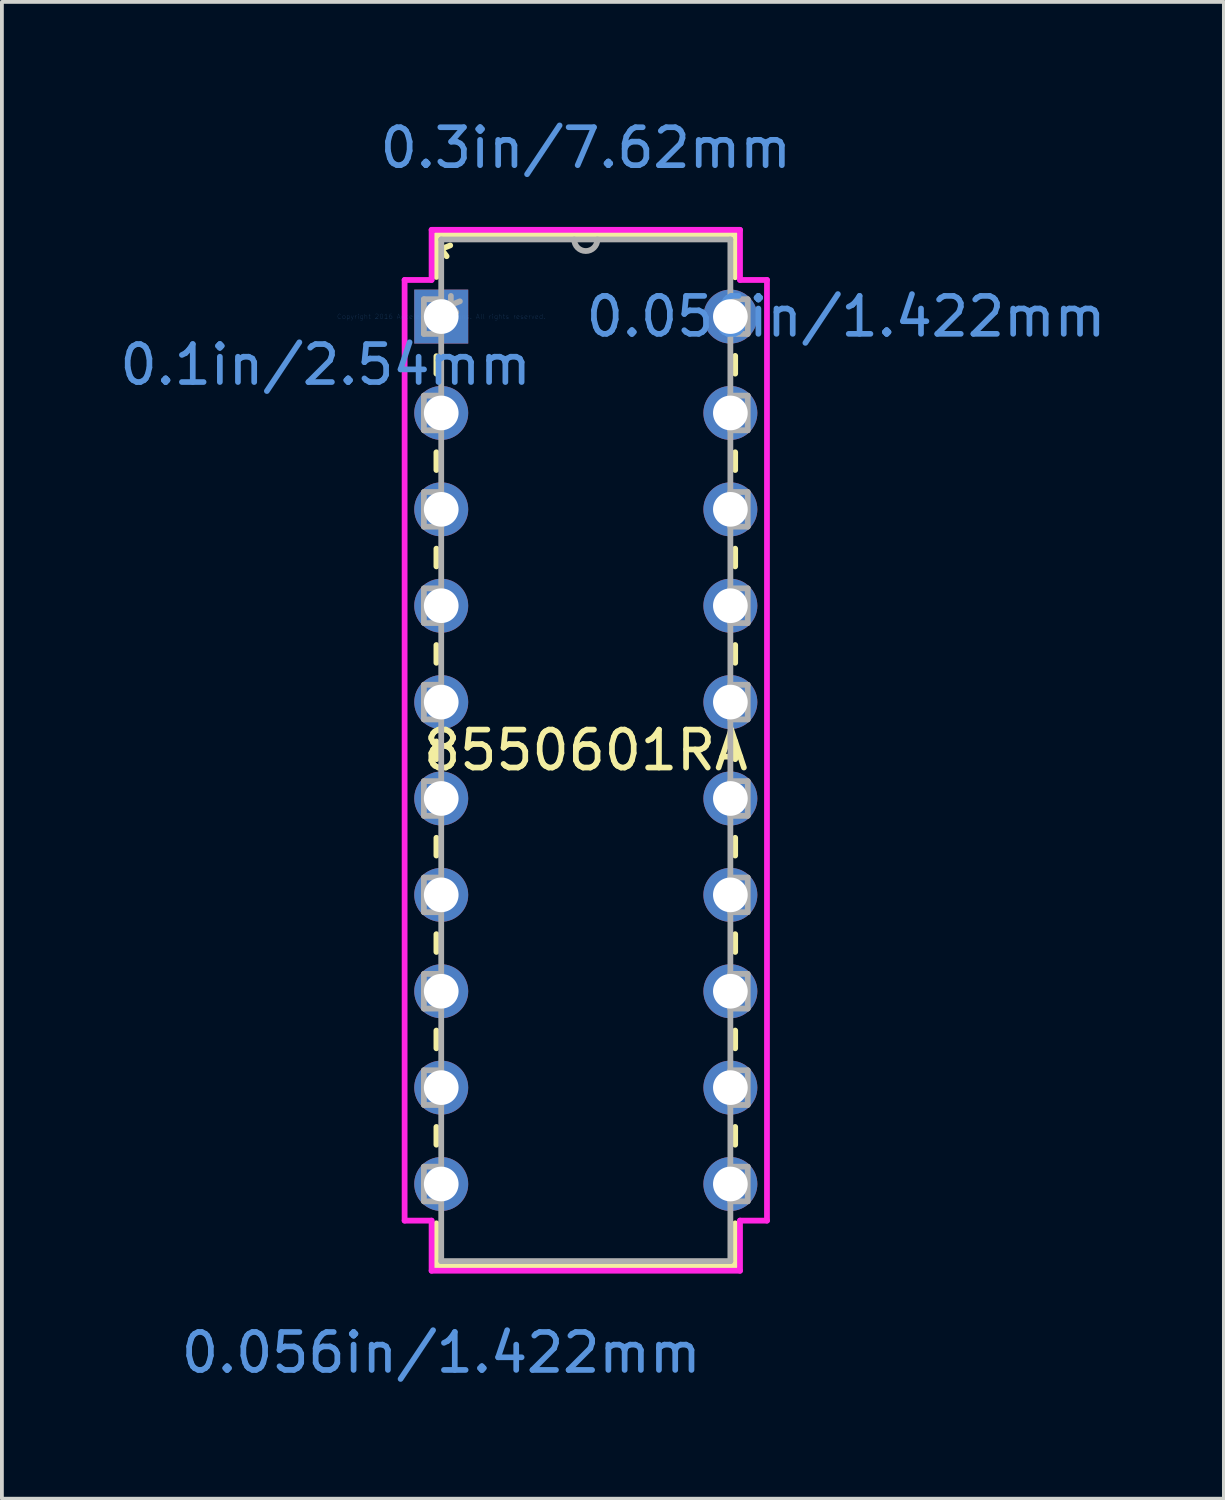
<source format=kicad_pcb>
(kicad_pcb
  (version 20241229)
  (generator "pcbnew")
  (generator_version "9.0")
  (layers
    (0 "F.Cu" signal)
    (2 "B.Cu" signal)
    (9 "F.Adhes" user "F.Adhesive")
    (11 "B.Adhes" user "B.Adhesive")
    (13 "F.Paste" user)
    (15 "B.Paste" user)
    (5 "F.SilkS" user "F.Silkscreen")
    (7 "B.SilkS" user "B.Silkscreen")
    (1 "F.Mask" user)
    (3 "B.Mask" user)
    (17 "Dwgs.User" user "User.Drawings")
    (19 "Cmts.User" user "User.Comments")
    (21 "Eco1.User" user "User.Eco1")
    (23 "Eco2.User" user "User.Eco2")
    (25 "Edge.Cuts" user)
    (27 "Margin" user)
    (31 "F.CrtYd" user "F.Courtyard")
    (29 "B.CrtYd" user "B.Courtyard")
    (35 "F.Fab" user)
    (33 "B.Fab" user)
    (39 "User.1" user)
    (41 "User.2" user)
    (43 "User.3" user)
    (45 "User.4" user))
  (footprint "8550601RA"
    (layer "F.Cu")
    (at 8.578 5.293)
    (property "Reference" "8550601RA" (at 3.81 11.43 0) (layer "F.SilkS") (effects (font (size 1 1) (thickness 0.15))))
    (attr through_hole)
    (fp_line (start -0.127 -2.159) (end -0.127 -1.044) (stroke (width 0.152) (type solid)) (layer "F.SilkS"))
    (fp_line (start -0.127 1.044) (end -0.127 1.504) (stroke (width 0.152) (type solid)) (layer "F.SilkS"))
    (fp_line (start -0.127 3.576) (end -0.127 4.044) (stroke (width 0.152) (type solid)) (layer "F.SilkS"))
    (fp_line (start -0.127 6.116) (end -0.127 6.584) (stroke (width 0.152) (type solid)) (layer "F.SilkS"))
    (fp_line (start -0.127 8.656) (end -0.127 9.124) (stroke (width 0.152) (type solid)) (layer "F.SilkS"))
    (fp_line (start -0.127 11.196) (end -0.127 11.664) (stroke (width 0.152) (type solid)) (layer "F.SilkS"))
    (fp_line (start -0.127 13.736) (end -0.127 14.204) (stroke (width 0.152) (type solid)) (layer "F.SilkS"))
    (fp_line (start -0.127 16.276) (end -0.127 16.744) (stroke (width 0.152) (type solid)) (layer "F.SilkS"))
    (fp_line (start -0.127 18.816) (end -0.127 19.284) (stroke (width 0.152) (type solid)) (layer "F.SilkS"))
    (fp_line (start -0.127 21.356) (end -0.127 21.824) (stroke (width 0.152) (type solid)) (layer "F.SilkS"))
    (fp_line (start -0.127 23.896) (end -0.127 25.019) (stroke (width 0.152) (type solid)) (layer "F.SilkS"))
    (fp_line (start -0.127 25.019) (end 7.747 25.019) (stroke (width 0.152) (type solid)) (layer "F.SilkS"))
    (fp_line (start 7.747 -2.159) (end -0.127 -2.159) (stroke (width 0.152) (type solid)) (layer "F.SilkS"))
    (fp_line (start 7.747 -1.036) (end 7.747 -2.159) (stroke (width 0.152) (type solid)) (layer "F.SilkS"))
    (fp_line (start 7.747 1.504) (end 7.747 1.036) (stroke (width 0.152) (type solid)) (layer "F.SilkS"))
    (fp_line (start 7.747 4.044) (end 7.747 3.576) (stroke (width 0.152) (type solid)) (layer "F.SilkS"))
    (fp_line (start 7.747 6.584) (end 7.747 6.116) (stroke (width 0.152) (type solid)) (layer "F.SilkS"))
    (fp_line (start 7.747 9.124) (end 7.747 8.656) (stroke (width 0.152) (type solid)) (layer "F.SilkS"))
    (fp_line (start 7.747 11.664) (end 7.747 11.196) (stroke (width 0.152) (type solid)) (layer "F.SilkS"))
    (fp_line (start 7.747 14.204) (end 7.747 13.736) (stroke (width 0.152) (type solid)) (layer "F.SilkS"))
    (fp_line (start 7.747 16.744) (end 7.747 16.276) (stroke (width 0.152) (type solid)) (layer "F.SilkS"))
    (fp_line (start 7.747 19.284) (end 7.747 18.816) (stroke (width 0.152) (type solid)) (layer "F.SilkS"))
    (fp_line (start 7.747 21.824) (end 7.747 21.356) (stroke (width 0.152) (type solid)) (layer "F.SilkS"))
    (fp_line (start 7.747 25.019) (end 7.747 23.896) (stroke (width 0.152) (type solid)) (layer "F.SilkS"))
    (fp_line (start -0.965 -0.965) (end -0.254 -0.965) (stroke (width 0.152) (type solid)) (layer "F.CrtYd"))
    (fp_line (start -0.965 23.825) (end -0.965 -0.965) (stroke (width 0.152) (type solid)) (layer "F.CrtYd"))
    (fp_line (start -0.254 -2.286) (end 7.874 -2.286) (stroke (width 0.152) (type solid)) (layer "F.CrtYd"))
    (fp_line (start -0.254 -0.965) (end -0.254 -2.286) (stroke (width 0.152) (type solid)) (layer "F.CrtYd"))
    (fp_line (start -0.254 23.825) (end -0.965 23.825) (stroke (width 0.152) (type solid)) (layer "F.CrtYd"))
    (fp_line (start -0.254 25.146) (end -0.254 23.825) (stroke (width 0.152) (type solid)) (layer "F.CrtYd"))
    (fp_line (start 7.874 -2.286) (end 7.874 -0.965) (stroke (width 0.152) (type solid)) (layer "F.CrtYd"))
    (fp_line (start 7.874 23.825) (end 7.874 25.146) (stroke (width 0.152) (type solid)) (layer "F.CrtYd"))
    (fp_line (start 7.874 25.146) (end -0.254 25.146) (stroke (width 0.152) (type solid)) (layer "F.CrtYd"))
    (fp_line (start 8.585 -0.965) (end 7.874 -0.965) (stroke (width 0.152) (type solid)) (layer "F.CrtYd"))
    (fp_line (start 8.585 -0.965) (end 8.585 23.825) (stroke (width 0.152) (type solid)) (layer "F.CrtYd"))
    (fp_line (start 8.585 23.825) (end 7.874 23.825) (stroke (width 0.152) (type solid)) (layer "F.CrtYd"))
    (fp_line (start -0.457 -0.457) (end -0.457 0.457) (stroke (width 0.152) (type solid)) (layer "F.Fab"))
    (fp_line (start -0.457 0.457) (end 0 0.457) (stroke (width 0.152) (type solid)) (layer "F.Fab"))
    (fp_line (start -0.457 2.083) (end -0.457 2.997) (stroke (width 0.152) (type solid)) (layer "F.Fab"))
    (fp_line (start -0.457 2.997) (end 0 2.997) (stroke (width 0.152) (type solid)) (layer "F.Fab"))
    (fp_line (start -0.457 4.623) (end -0.457 5.537) (stroke (width 0.152) (type solid)) (layer "F.Fab"))
    (fp_line (start -0.457 5.537) (end 0 5.537) (stroke (width 0.152) (type solid)) (layer "F.Fab"))
    (fp_line (start -0.457 7.163) (end -0.457 8.077) (stroke (width 0.152) (type solid)) (layer "F.Fab"))
    (fp_line (start -0.457 8.077) (end 0 8.077) (stroke (width 0.152) (type solid)) (layer "F.Fab"))
    (fp_line (start -0.457 9.703) (end -0.457 10.617) (stroke (width 0.152) (type solid)) (layer "F.Fab"))
    (fp_line (start -0.457 10.617) (end 0 10.617) (stroke (width 0.152) (type solid)) (layer "F.Fab"))
    (fp_line (start -0.457 12.243) (end -0.457 13.157) (stroke (width 0.152) (type solid)) (layer "F.Fab"))
    (fp_line (start -0.457 13.157) (end 0 13.157) (stroke (width 0.152) (type solid)) (layer "F.Fab"))
    (fp_line (start -0.457 14.783) (end -0.457 15.697) (stroke (width 0.152) (type solid)) (layer "F.Fab"))
    (fp_line (start -0.457 15.697) (end 0 15.697) (stroke (width 0.152) (type solid)) (layer "F.Fab"))
    (fp_line (start -0.457 17.323) (end -0.457 18.237) (stroke (width 0.152) (type solid)) (layer "F.Fab"))
    (fp_line (start -0.457 18.237) (end 0 18.237) (stroke (width 0.152) (type solid)) (layer "F.Fab"))
    (fp_line (start -0.457 19.863) (end -0.457 20.777) (stroke (width 0.152) (type solid)) (layer "F.Fab"))
    (fp_line (start -0.457 20.777) (end 0 20.777) (stroke (width 0.152) (type solid)) (layer "F.Fab"))
    (fp_line (start -0.457 22.403) (end -0.457 23.317) (stroke (width 0.152) (type solid)) (layer "F.Fab"))
    (fp_line (start -0.457 23.317) (end 0 23.317) (stroke (width 0.152) (type solid)) (layer "F.Fab"))
    (fp_line (start 0 -2.032) (end 0 24.892) (stroke (width 0.152) (type solid)) (layer "F.Fab"))
    (fp_line (start 0 -0.457) (end -0.457 -0.457) (stroke (width 0.152) (type solid)) (layer "F.Fab"))
    (fp_line (start 0 0.457) (end 0 -0.457) (stroke (width 0.152) (type solid)) (layer "F.Fab"))
    (fp_line (start 0 2.083) (end -0.457 2.083) (stroke (width 0.152) (type solid)) (layer "F.Fab"))
    (fp_line (start 0 2.997) (end 0 2.083) (stroke (width 0.152) (type solid)) (layer "F.Fab"))
    (fp_line (start 0 4.623) (end -0.457 4.623) (stroke (width 0.152) (type solid)) (layer "F.Fab"))
    (fp_line (start 0 5.537) (end 0 4.623) (stroke (width 0.152) (type solid)) (layer "F.Fab"))
    (fp_line (start 0 7.163) (end -0.457 7.163) (stroke (width 0.152) (type solid)) (layer "F.Fab"))
    (fp_line (start 0 8.077) (end 0 7.163) (stroke (width 0.152) (type solid)) (layer "F.Fab"))
    (fp_line (start 0 9.703) (end -0.457 9.703) (stroke (width 0.152) (type solid)) (layer "F.Fab"))
    (fp_line (start 0 10.617) (end 0 9.703) (stroke (width 0.152) (type solid)) (layer "F.Fab"))
    (fp_line (start 0 12.243) (end -0.457 12.243) (stroke (width 0.152) (type solid)) (layer "F.Fab"))
    (fp_line (start 0 13.157) (end 0 12.243) (stroke (width 0.152) (type solid)) (layer "F.Fab"))
    (fp_line (start 0 14.783) (end -0.457 14.783) (stroke (width 0.152) (type solid)) (layer "F.Fab"))
    (fp_line (start 0 15.697) (end 0 14.783) (stroke (width 0.152) (type solid)) (layer "F.Fab"))
    (fp_line (start 0 17.323) (end -0.457 17.323) (stroke (width 0.152) (type solid)) (layer "F.Fab"))
    (fp_line (start 0 18.237) (end 0 17.323) (stroke (width 0.152) (type solid)) (layer "F.Fab"))
    (fp_line (start 0 19.863) (end -0.457 19.863) (stroke (width 0.152) (type solid)) (layer "F.Fab"))
    (fp_line (start 0 20.777) (end 0 19.863) (stroke (width 0.152) (type solid)) (layer "F.Fab"))
    (fp_line (start 0 22.403) (end -0.457 22.403) (stroke (width 0.152) (type solid)) (layer "F.Fab"))
    (fp_line (start 0 23.317) (end 0 22.403) (stroke (width 0.152) (type solid)) (layer "F.Fab"))
    (fp_line (start 0 24.892) (end 7.62 24.892) (stroke (width 0.152) (type solid)) (layer "F.Fab"))
    (fp_line (start 7.62 -2.032) (end 0 -2.032) (stroke (width 0.152) (type solid)) (layer "F.Fab"))
    (fp_line (start 7.62 -0.457) (end 7.62 0.457) (stroke (width 0.152) (type solid)) (layer "F.Fab"))
    (fp_line (start 7.62 0.457) (end 8.077 0.457) (stroke (width 0.152) (type solid)) (layer "F.Fab"))
    (fp_line (start 7.62 2.083) (end 7.62 2.997) (stroke (width 0.152) (type solid)) (layer "F.Fab"))
    (fp_line (start 7.62 2.997) (end 8.077 2.997) (stroke (width 0.152) (type solid)) (layer "F.Fab"))
    (fp_line (start 7.62 4.623) (end 7.62 5.537) (stroke (width 0.152) (type solid)) (layer "F.Fab"))
    (fp_line (start 7.62 5.537) (end 8.077 5.537) (stroke (width 0.152) (type solid)) (layer "F.Fab"))
    (fp_line (start 7.62 7.163) (end 7.62 8.077) (stroke (width 0.152) (type solid)) (layer "F.Fab"))
    (fp_line (start 7.62 8.077) (end 8.077 8.077) (stroke (width 0.152) (type solid)) (layer "F.Fab"))
    (fp_line (start 7.62 9.703) (end 7.62 10.617) (stroke (width 0.152) (type solid)) (layer "F.Fab"))
    (fp_line (start 7.62 10.617) (end 8.077 10.617) (stroke (width 0.152) (type solid)) (layer "F.Fab"))
    (fp_line (start 7.62 12.243) (end 7.62 13.157) (stroke (width 0.152) (type solid)) (layer "F.Fab"))
    (fp_line (start 7.62 13.157) (end 8.077 13.157) (stroke (width 0.152) (type solid)) (layer "F.Fab"))
    (fp_line (start 7.62 14.783) (end 7.62 15.697) (stroke (width 0.152) (type solid)) (layer "F.Fab"))
    (fp_line (start 7.62 15.697) (end 8.077 15.697) (stroke (width 0.152) (type solid)) (layer "F.Fab"))
    (fp_line (start 7.62 17.323) (end 7.62 18.237) (stroke (width 0.152) (type solid)) (layer "F.Fab"))
    (fp_line (start 7.62 18.237) (end 8.077 18.237) (stroke (width 0.152) (type solid)) (layer "F.Fab"))
    (fp_line (start 7.62 19.863) (end 7.62 20.777) (stroke (width 0.152) (type solid)) (layer "F.Fab"))
    (fp_line (start 7.62 20.777) (end 8.077 20.777) (stroke (width 0.152) (type solid)) (layer "F.Fab"))
    (fp_line (start 7.62 22.403) (end 7.62 23.317) (stroke (width 0.152) (type solid)) (layer "F.Fab"))
    (fp_line (start 7.62 23.317) (end 8.077 23.317) (stroke (width 0.152) (type solid)) (layer "F.Fab"))
    (fp_line (start 7.62 24.892) (end 7.62 -2.032) (stroke (width 0.152) (type solid)) (layer "F.Fab"))
    (fp_line (start 8.077 -0.457) (end 7.62 -0.457) (stroke (width 0.152) (type solid)) (layer "F.Fab"))
    (fp_line (start 8.077 0.457) (end 8.077 -0.457) (stroke (width 0.152) (type solid)) (layer "F.Fab"))
    (fp_line (start 8.077 2.083) (end 7.62 2.083) (stroke (width 0.152) (type solid)) (layer "F.Fab"))
    (fp_line (start 8.077 2.997) (end 8.077 2.083) (stroke (width 0.152) (type solid)) (layer "F.Fab"))
    (fp_line (start 8.077 4.623) (end 7.62 4.623) (stroke (width 0.152) (type solid)) (layer "F.Fab"))
    (fp_line (start 8.077 5.537) (end 8.077 4.623) (stroke (width 0.152) (type solid)) (layer "F.Fab"))
    (fp_line (start 8.077 7.163) (end 7.62 7.163) (stroke (width 0.152) (type solid)) (layer "F.Fab"))
    (fp_line (start 8.077 8.077) (end 8.077 7.163) (stroke (width 0.152) (type solid)) (layer "F.Fab"))
    (fp_line (start 8.077 9.703) (end 7.62 9.703) (stroke (width 0.152) (type solid)) (layer "F.Fab"))
    (fp_line (start 8.077 10.617) (end 8.077 9.703) (stroke (width 0.152) (type solid)) (layer "F.Fab"))
    (fp_line (start 8.077 12.243) (end 7.62 12.243) (stroke (width 0.152) (type solid)) (layer "F.Fab"))
    (fp_line (start 8.077 13.157) (end 8.077 12.243) (stroke (width 0.152) (type solid)) (layer "F.Fab"))
    (fp_line (start 8.077 14.783) (end 7.62 14.783) (stroke (width 0.152) (type solid)) (layer "F.Fab"))
    (fp_line (start 8.077 15.697) (end 8.077 14.783) (stroke (width 0.152) (type solid)) (layer "F.Fab"))
    (fp_line (start 8.077 17.323) (end 7.62 17.323) (stroke (width 0.152) (type solid)) (layer "F.Fab"))
    (fp_line (start 8.077 18.237) (end 8.077 17.323) (stroke (width 0.152) (type solid)) (layer "F.Fab"))
    (fp_line (start 8.077 19.863) (end 7.62 19.863) (stroke (width 0.152) (type solid)) (layer "F.Fab"))
    (fp_line (start 8.077 20.777) (end 8.077 19.863) (stroke (width 0.152) (type solid)) (layer "F.Fab"))
    (fp_line (start 8.077 22.403) (end 7.62 22.403) (stroke (width 0.152) (type solid)) (layer "F.Fab"))
    (fp_line (start 8.077 23.317) (end 8.077 22.403) (stroke (width 0.152) (type solid)) (layer "F.Fab"))
    (fp_arc (start 4.1148 -2.032) (mid 3.81 -1.7272) (end 3.5052 -2.032) (stroke (width 0.1524) (type solid)) (layer "F.Fab"))
    (fp_text user "*" (at 0 -1.473 0) (layer "F.SilkS") (effects (font (size 1 1) (thickness 0.15))))
    (fp_text user "Copyright 2016 Accelerated Designs. All rights reserved." (at 0 0 0) (layer "Cmts.User") (effects (font (size 0.127 0.127) (thickness 0.002))))
    (fp_text user "0.3in/7.62mm" (at 3.81 -4.445 0) (layer "Cmts.User") (effects (font (size 1 1) (thickness 0.15))))
    (fp_text user "0.056in/1.422mm" (at 0 27.305 0) (layer "Cmts.User") (effects (font (size 1 1) (thickness 0.15))))
    (fp_text user "0.056in/1.422mm" (at 10.668 0 0) (layer "Cmts.User") (effects (font (size 1 1) (thickness 0.15))))
    (fp_text user "0.1in/2.54mm" (at -3.048 1.27 0) (layer "Cmts.User") (effects (font (size 1 1) (thickness 0.15))))
    (fp_text user "*" (at 0.254 0 0) (layer "F.Fab") (effects (font (size 1 1) (thickness 0.15))))
    (pad "1" thru_hole rect (at 0 0) (size 1.422 1.422) (drill 0.914) (layers "*.Cu" "*.Mask"))
    (pad "2" thru_hole circle (at 0 2.54) (size 1.422 1.422) (drill 0.914) (layers "*.Cu" "*.Mask"))
    (pad "3" thru_hole circle (at 0 5.08) (size 1.422 1.422) (drill 0.914) (layers "*.Cu" "*.Mask"))
    (pad "4" thru_hole circle (at 0 7.62) (size 1.422 1.422) (drill 0.914) (layers "*.Cu" "*.Mask"))
    (pad "5" thru_hole circle (at 0 10.16) (size 1.422 1.422) (drill 0.914) (layers "*.Cu" "*.Mask"))
    (pad "6" thru_hole circle (at 0 12.7) (size 1.422 1.422) (drill 0.914) (layers "*.Cu" "*.Mask"))
    (pad "7" thru_hole circle (at 0 15.24) (size 1.422 1.422) (drill 0.914) (layers "*.Cu" "*.Mask"))
    (pad "8" thru_hole circle (at 0 17.78) (size 1.422 1.422) (drill 0.914) (layers "*.Cu" "*.Mask"))
    (pad "9" thru_hole circle (at 0 20.32) (size 1.422 1.422) (drill 0.914) (layers "*.Cu" "*.Mask"))
    (pad "10" thru_hole circle (at 0 22.86) (size 1.422 1.422) (drill 0.914) (layers "*.Cu" "*.Mask"))
    (pad "11" thru_hole circle (at 7.62 22.86) (size 1.422 1.422) (drill 0.914) (layers "*.Cu" "*.Mask"))
    (pad "12" thru_hole circle (at 7.62 20.32) (size 1.422 1.422) (drill 0.914) (layers "*.Cu" "*.Mask"))
    (pad "13" thru_hole circle (at 7.62 17.78) (size 1.422 1.422) (drill 0.914) (layers "*.Cu" "*.Mask"))
    (pad "14" thru_hole circle (at 7.62 15.24) (size 1.422 1.422) (drill 0.914) (layers "*.Cu" "*.Mask"))
    (pad "15" thru_hole circle (at 7.62 12.7) (size 1.422 1.422) (drill 0.914) (layers "*.Cu" "*.Mask"))
    (pad "16" thru_hole circle (at 7.62 10.16) (size 1.422 1.422) (drill 0.914) (layers "*.Cu" "*.Mask"))
    (pad "17" thru_hole circle (at 7.62 7.62) (size 1.422 1.422) (drill 0.914) (layers "*.Cu" "*.Mask"))
    (pad "18" thru_hole circle (at 7.62 5.08) (size 1.422 1.422) (drill 0.914) (layers "*.Cu" "*.Mask"))
    (pad "19" thru_hole circle (at 7.62 2.54) (size 1.422 1.422) (drill 0.914) (layers "*.Cu" "*.Mask"))
    (pad "20" thru_hole circle (at 7.62 0) (size 1.422 1.422) (drill 0.914) (layers "*.Cu" "*.Mask")))
  (gr_rect
    (start -3 -3)
    (end 29.204 36.447)
    (stroke (width 0.1) (type default))
    (fill no)
    (layer "Edge.Cuts")))
</source>
